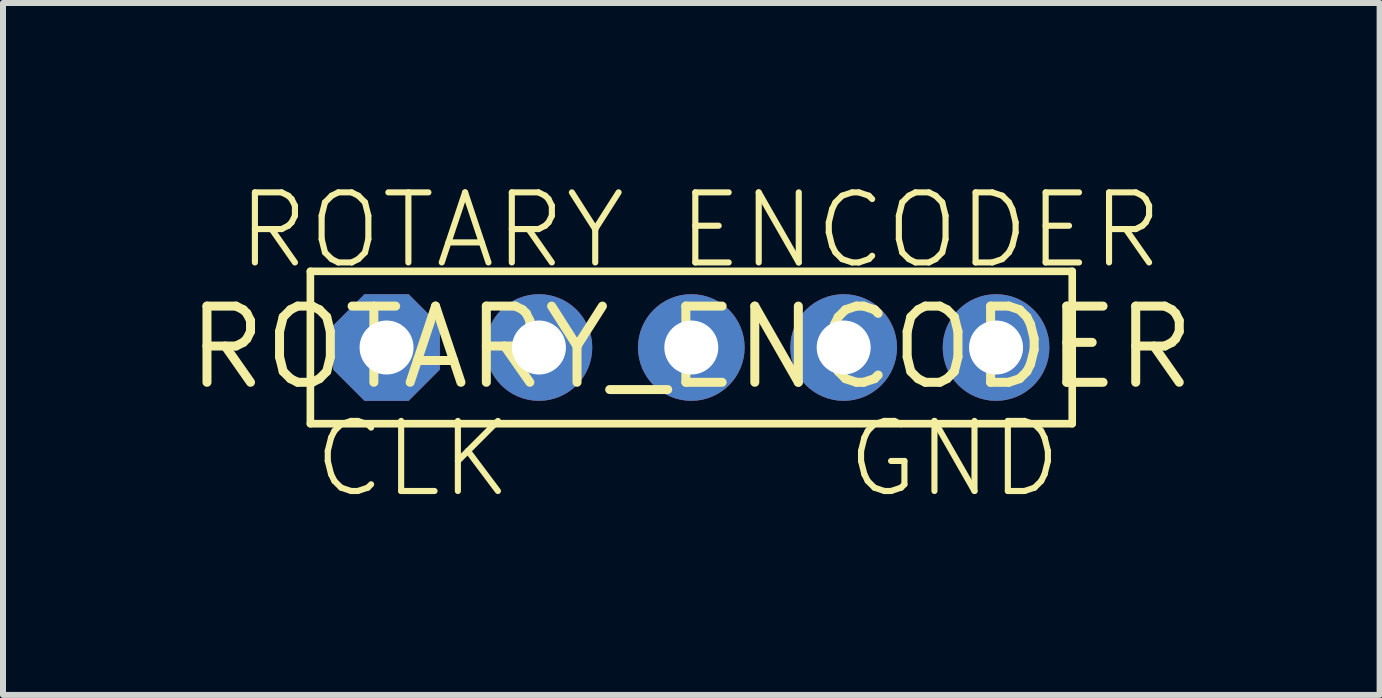
<source format=kicad_pcb>
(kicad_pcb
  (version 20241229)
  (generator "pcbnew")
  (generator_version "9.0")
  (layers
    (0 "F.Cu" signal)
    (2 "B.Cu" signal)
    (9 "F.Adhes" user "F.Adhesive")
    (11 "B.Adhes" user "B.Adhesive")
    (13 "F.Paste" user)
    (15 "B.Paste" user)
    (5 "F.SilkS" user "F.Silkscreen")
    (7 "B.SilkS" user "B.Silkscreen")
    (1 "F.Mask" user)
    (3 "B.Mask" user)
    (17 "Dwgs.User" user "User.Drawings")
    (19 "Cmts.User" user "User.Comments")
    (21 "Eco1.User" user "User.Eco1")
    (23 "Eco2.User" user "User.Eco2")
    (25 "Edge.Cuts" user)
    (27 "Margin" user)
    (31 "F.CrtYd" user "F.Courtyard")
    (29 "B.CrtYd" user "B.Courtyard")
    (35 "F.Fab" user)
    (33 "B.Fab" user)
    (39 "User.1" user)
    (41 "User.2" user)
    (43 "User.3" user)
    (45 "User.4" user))
  (footprint "ROTARY_ENCODER"
    (layer "F.Cu")
    (at 8.474 2.743)
    (property "Reference" "ROTARY_ENCODER" (at 0 0 0) (layer "F.SilkS") (effects (font (size 1.27 1.27) (thickness 0.15))))
    (fp_line (start -6.35 -1.27) (end 6.35 -1.27) (stroke (width 0.127) (type solid)) (layer "F.SilkS"))
    (fp_line (start -6.35 1.27) (end -6.35 -1.27) (stroke (width 0.127) (type solid)) (layer "F.SilkS"))
    (fp_line (start 6.35 -1.27) (end 6.35 1.27) (stroke (width 0.127) (type solid)) (layer "F.SilkS"))
    (fp_line (start 6.35 1.27) (end -6.35 1.27) (stroke (width 0.127) (type solid)) (layer "F.SilkS"))
    (fp_text user "CLK" (at -6.35 2.54 0) (layer "F.SilkS") (effects (font (size 1.168 1.168) (thickness 0.102)) (justify left bottom)))
    (fp_text user "GND" (at 2.54 2.54 0) (layer "F.SilkS") (effects (font (size 1.168 1.168) (thickness 0.102)) (justify left bottom)))
    (fp_text user "ROTARY ENCODER" (at -7.62 -1.27 0) (layer "F.SilkS") (effects (font (size 1.168 1.168) (thickness 0.102)) (justify left bottom)))
    (pad "+" thru_hole circle (at 2.54 0) (size 1.778 1.778) (drill 0.9) (layers "*.Cu" "*.Mask"))
    (pad "CLK" thru_hole roundrect (at -5.08 0) (size 1.778 1.778) (drill 0.9) (layers "*.Cu" "*.Mask") (roundrect_rratio 0.25) (chamfer_ratio 0.293) (chamfer top_left top_right bottom_left bottom_right))
    (pad "DT" thru_hole circle (at -2.54 0) (size 1.778 1.778) (drill 0.9) (layers "*.Cu" "*.Mask"))
    (pad "GND" thru_hole circle (at 5.08 0) (size 1.778 1.778) (drill 0.9) (layers "*.Cu" "*.Mask"))
    (pad "SW" thru_hole circle (at 0 0) (size 1.778 1.778) (drill 0.9) (layers "*.Cu" "*.Mask")))
  (gr_rect
    (start -3 -3)
    (end 19.948 8.534)
    (stroke (width 0.1) (type default))
    (fill no)
    (layer "Edge.Cuts")))
</source>
